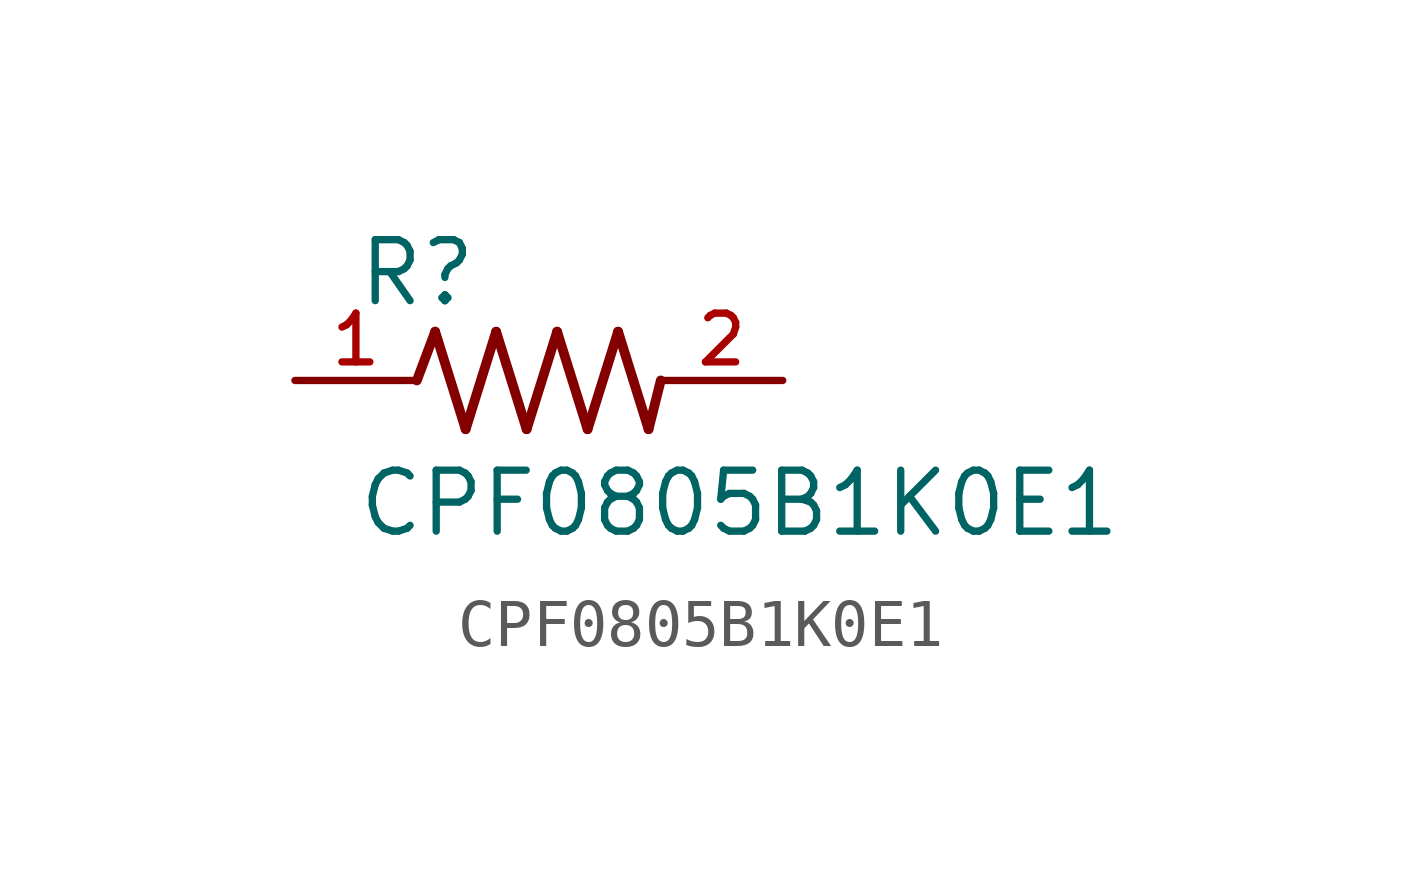
<source format=kicad_sym>
(kicad_symbol_lib
  (version 20211014)
  (generator kicad_symbol_editor)
  (symbol "CPF0805B1K0E1"
    (pin_names
      (offset 1.016))
    (property "Reference" "R"
      (at -3.81 1.499 0)
      (effects (font (size 1.27 1.27)) (justify bottom left)))
    (property "Value" "CPF0805B1K0E1"
      (at -3.81 -3.302 0)
      (effects (font (size 1.27 1.27)) (justify bottom left)))
    (symbol "CPF0805B1K0E1_0_0"
      (polyline (pts (xy -2.54 0.0) (xy -2.159 1.016)) (stroke (width 0.203)))
      (polyline (pts (xy -2.159 1.016) (xy -1.524 -1.016)) (stroke (width 0.203)))
      (polyline (pts (xy -1.524 -1.016) (xy -0.889 1.016)) (stroke (width 0.203)))
      (polyline (pts (xy -0.889 1.016) (xy -0.254 -1.016)) (stroke (width 0.203)))
      (polyline (pts (xy -0.254 -1.016) (xy 0.381 1.016)) (stroke (width 0.203)))
      (polyline (pts (xy 0.381 1.016) (xy 1.016 -1.016)) (stroke (width 0.203)))
      (polyline (pts (xy 1.016 -1.016) (xy 1.651 1.016)) (stroke (width 0.203)))
      (polyline (pts (xy 1.651 1.016) (xy 2.286 -1.016)) (stroke (width 0.203)))
      (polyline (pts (xy 2.286 -1.016) (xy 2.54 0.0)) (stroke (width 0.203)))
      (pin passive line (at 5.08 0.0 180.0) (length 2.54) (name "~" (effects (font (size 1.016 1.016)))) (number "2" (effects (font (size 1.016 1.016)))))
      (pin passive line (at -5.08 0.0 0) (length 2.54) (name "~" (effects (font (size 1.016 1.016)))) (number "1" (effects (font (size 1.016 1.016))))))))
</source>
